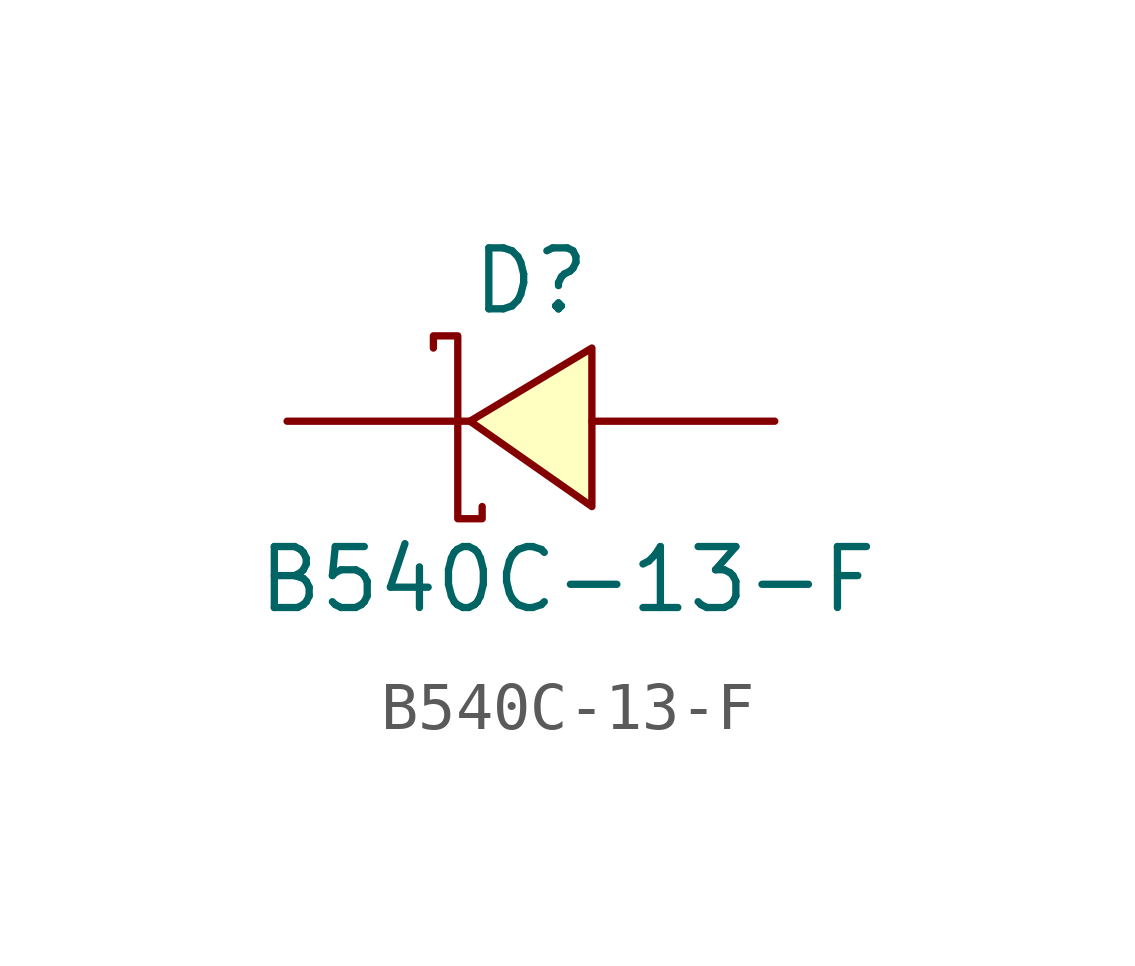
<source format=kicad_sym>
(kicad_symbol_lib
  (version 20220914)
  (generator kicad_symbol_editor)
  (symbol "B540C-13-F"
    (pin_numbers hide)
    (pin_names hide)
    (property "Reference" "D"
      (at 0 2.921 0)
      (effects (font (size 1.27 1.27))))
    (property "Value" "B540C-13-F"
      (at 0.762 -3.302 0)
      (effects (font (size 1.27 1.27))))
    (symbol "B540C-13-F_0_1"
      (polyline (pts (xy 1.27 1.524) (xy -1.27 0) (xy 1.27 -1.778) (xy 1.27 1.524)) (stroke (width 0) (type default)) (fill (type background)))
      (polyline (pts (xy -2.032 1.524) (xy -2.032 1.778) (xy -1.524 1.778) (xy -1.524 -2.032) (xy -1.016 -2.032) (xy -1.016 -1.778)) (stroke (width 0) (type default)) (fill (type none)))
      (pin unspecified line (at -5.08 0 0) (length 3.81) (name "K" (effects (font (size 1 1)))) (number "1" (effects (font (size 1 1)))))
      (pin unspecified line (at 5.08 0 180) (length 3.81) (name "A" (effects (font (size 1 1)))) (number "2" (effects (font (size 1 1))))))))
</source>
